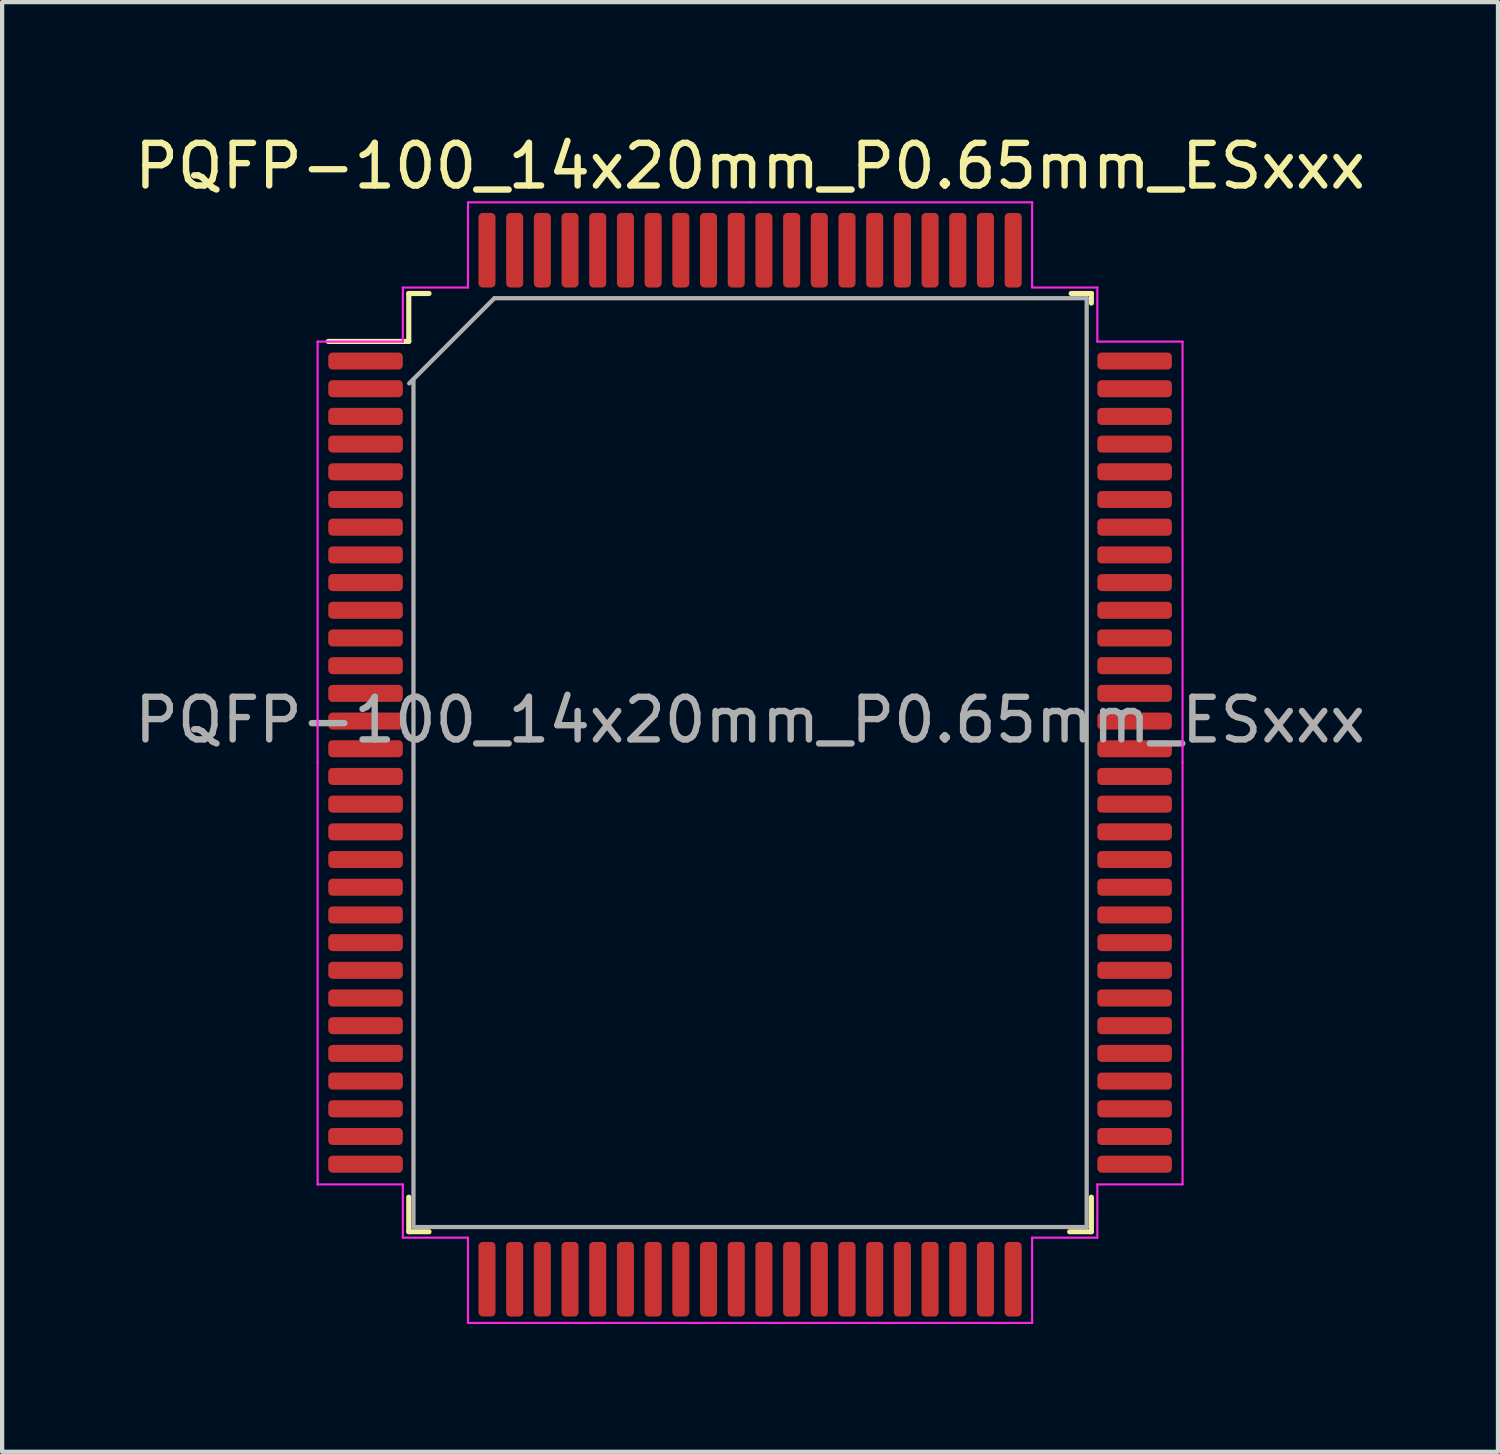
<source format=kicad_pcb>
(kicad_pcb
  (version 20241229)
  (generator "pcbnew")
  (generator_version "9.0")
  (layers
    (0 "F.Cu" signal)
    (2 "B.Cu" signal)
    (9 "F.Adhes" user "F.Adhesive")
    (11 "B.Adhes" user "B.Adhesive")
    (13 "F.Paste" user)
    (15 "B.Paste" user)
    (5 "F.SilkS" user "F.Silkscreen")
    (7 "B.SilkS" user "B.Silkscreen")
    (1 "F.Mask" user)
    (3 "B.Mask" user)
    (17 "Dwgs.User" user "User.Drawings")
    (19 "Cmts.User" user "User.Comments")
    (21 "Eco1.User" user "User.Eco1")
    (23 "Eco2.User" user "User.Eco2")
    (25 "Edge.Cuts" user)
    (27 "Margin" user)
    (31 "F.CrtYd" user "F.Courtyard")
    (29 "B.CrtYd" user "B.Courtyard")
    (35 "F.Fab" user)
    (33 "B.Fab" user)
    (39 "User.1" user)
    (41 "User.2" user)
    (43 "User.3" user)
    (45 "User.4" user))
  (footprint "PQFP-100_14x20mm_P0.65mm_ESxxx"
    (layer "F.Cu")
    (at 14.554 14.848)
    (property "Reference" "PQFP-100_14x20mm_P0.65mm_ESxxx" (at 0 -14 0) (layer "F.SilkS") (effects (font (size 1 1) (thickness 0.15))))
    (attr smd)
    (fp_line (start -8.01 -11.01) (end -8.01 -9.885) (stroke (width 0.12) (type solid)) (layer "F.SilkS"))
    (fp_line (start -8.01 -9.885) (end -9.9 -9.885) (stroke (width 0.12) (type solid)) (layer "F.SilkS"))
    (fp_line (start -8.01 11.01) (end -8.01 10.2) (stroke (width 0.12) (type solid)) (layer "F.SilkS"))
    (fp_line (start -7.535 -11.01) (end -8.01 -11.01) (stroke (width 0.12) (type solid)) (layer "F.SilkS"))
    (fp_line (start -7.535 11.01) (end -8.01 11.01) (stroke (width 0.12) (type solid)) (layer "F.SilkS"))
    (fp_line (start 7.5 11.01) (end 8.01 11.01) (stroke (width 0.12) (type solid)) (layer "F.SilkS"))
    (fp_line (start 7.535 -11.01) (end 8.01 -11.01) (stroke (width 0.12) (type solid)) (layer "F.SilkS"))
    (fp_line (start 8.01 -11.01) (end 8.01 -10.785) (stroke (width 0.12) (type solid)) (layer "F.SilkS"))
    (fp_line (start 8.01 11.01) (end 8.01 10.2) (stroke (width 0.12) (type solid)) (layer "F.SilkS"))
    (fp_line (start -10.15 -9.88) (end -10.15 0) (stroke (width 0.05) (type solid)) (layer "F.CrtYd"))
    (fp_line (start -10.15 9.9) (end -10.15 0) (stroke (width 0.05) (type solid)) (layer "F.CrtYd"))
    (fp_line (start -8.15 -11.15) (end -8.15 -9.88) (stroke (width 0.05) (type solid)) (layer "F.CrtYd"))
    (fp_line (start -8.15 -9.88) (end -10.15 -9.88) (stroke (width 0.05) (type solid)) (layer "F.CrtYd"))
    (fp_line (start -8.15 9.9) (end -10.15 9.9) (stroke (width 0.05) (type solid)) (layer "F.CrtYd"))
    (fp_line (start -8.15 11.15) (end -8.15 9.9) (stroke (width 0.05) (type solid)) (layer "F.CrtYd"))
    (fp_line (start -6.62 -13.15) (end -6.62 -11.15) (stroke (width 0.05) (type solid)) (layer "F.CrtYd"))
    (fp_line (start -6.62 -11.15) (end -8.15 -11.15) (stroke (width 0.05) (type solid)) (layer "F.CrtYd"))
    (fp_line (start -6.62 11.15) (end -8.15 11.15) (stroke (width 0.05) (type solid)) (layer "F.CrtYd"))
    (fp_line (start -6.62 13.15) (end -6.62 11.15) (stroke (width 0.05) (type solid)) (layer "F.CrtYd"))
    (fp_line (start -6.62 13.15) (end 6.62 13.15) (stroke (width 0.05) (type solid)) (layer "F.CrtYd"))
    (fp_line (start 0 -13.15) (end -6.62 -13.15) (stroke (width 0.05) (type solid)) (layer "F.CrtYd"))
    (fp_line (start 0 -13.15) (end 6.62 -13.15) (stroke (width 0.05) (type solid)) (layer "F.CrtYd"))
    (fp_line (start 6.62 -13.15) (end 6.62 -11.15) (stroke (width 0.05) (type solid)) (layer "F.CrtYd"))
    (fp_line (start 6.62 -11.15) (end 8.15 -11.15) (stroke (width 0.05) (type solid)) (layer "F.CrtYd"))
    (fp_line (start 6.62 11.15) (end 8.15 11.15) (stroke (width 0.05) (type solid)) (layer "F.CrtYd"))
    (fp_line (start 6.62 13.15) (end 6.62 11.15) (stroke (width 0.05) (type solid)) (layer "F.CrtYd"))
    (fp_line (start 8.15 -11.15) (end 8.15 -9.88) (stroke (width 0.05) (type solid)) (layer "F.CrtYd"))
    (fp_line (start 8.15 -9.88) (end 10.15 -9.88) (stroke (width 0.05) (type solid)) (layer "F.CrtYd"))
    (fp_line (start 8.15 9.9) (end 10.15 9.9) (stroke (width 0.05) (type solid)) (layer "F.CrtYd"))
    (fp_line (start 8.15 11.15) (end 8.15 9.9) (stroke (width 0.05) (type solid)) (layer "F.CrtYd"))
    (fp_line (start 10.15 -9.88) (end 10.15 0) (stroke (width 0.05) (type solid)) (layer "F.CrtYd"))
    (fp_line (start 10.15 9.9) (end 10.15 0) (stroke (width 0.05) (type solid)) (layer "F.CrtYd"))
    (fp_line (start -8 -8.9) (end -6 -10.9) (stroke (width 0.1) (type solid)) (layer "F.Fab"))
    (fp_line (start -7.9 10.9) (end -7.9 -9) (stroke (width 0.1) (type solid)) (layer "F.Fab"))
    (fp_line (start -6 -10.9) (end 7.9 -10.9) (stroke (width 0.1) (type solid)) (layer "F.Fab"))
    (fp_line (start 7.9 -10.9) (end 7.9 10.9) (stroke (width 0.1) (type solid)) (layer "F.Fab"))
    (fp_line (start 7.9 10.9) (end -7.9 10.9) (stroke (width 0.1) (type solid)) (layer "F.Fab"))
    (fp_text user "${REFERENCE}" (at 0 -1 0) (layer "F.Fab") (effects (font (size 1 1) (thickness 0.15))))
    (pad "1" smd roundrect (at -9.025 -9.425) (size 1.75 0.4) (layers "F.Cu" "F.Mask" "F.Paste") (roundrect_rratio 0.25))
    (pad "2" smd roundrect (at -9.025 -8.775) (size 1.75 0.4) (layers "F.Cu" "F.Mask" "F.Paste") (roundrect_rratio 0.25))
    (pad "3" smd roundrect (at -9.025 -8.125) (size 1.75 0.4) (layers "F.Cu" "F.Mask" "F.Paste") (roundrect_rratio 0.25))
    (pad "4" smd roundrect (at -9.025 -7.475) (size 1.75 0.4) (layers "F.Cu" "F.Mask" "F.Paste") (roundrect_rratio 0.25))
    (pad "5" smd roundrect (at -9.025 -6.825) (size 1.75 0.4) (layers "F.Cu" "F.Mask" "F.Paste") (roundrect_rratio 0.25))
    (pad "6" smd roundrect (at -9.025 -6.175) (size 1.75 0.4) (layers "F.Cu" "F.Mask" "F.Paste") (roundrect_rratio 0.25))
    (pad "7" smd roundrect (at -9.025 -5.525) (size 1.75 0.4) (layers "F.Cu" "F.Mask" "F.Paste") (roundrect_rratio 0.25))
    (pad "8" smd roundrect (at -9.025 -4.875) (size 1.75 0.4) (layers "F.Cu" "F.Mask" "F.Paste") (roundrect_rratio 0.25))
    (pad "9" smd roundrect (at -9.025 -4.225) (size 1.75 0.4) (layers "F.Cu" "F.Mask" "F.Paste") (roundrect_rratio 0.25))
    (pad "10" smd roundrect (at -9.025 -3.575) (size 1.75 0.4) (layers "F.Cu" "F.Mask" "F.Paste") (roundrect_rratio 0.25))
    (pad "11" smd roundrect (at -9.025 -2.925) (size 1.75 0.4) (layers "F.Cu" "F.Mask" "F.Paste") (roundrect_rratio 0.25))
    (pad "12" smd roundrect (at -9.025 -2.275) (size 1.75 0.4) (layers "F.Cu" "F.Mask" "F.Paste") (roundrect_rratio 0.25))
    (pad "13" smd roundrect (at -9.025 -1.625) (size 1.75 0.4) (layers "F.Cu" "F.Mask" "F.Paste") (roundrect_rratio 0.25))
    (pad "14" smd roundrect (at -9.025 -0.975) (size 1.75 0.4) (layers "F.Cu" "F.Mask" "F.Paste") (roundrect_rratio 0.25))
    (pad "15" smd roundrect (at -9.025 -0.325) (size 1.75 0.4) (layers "F.Cu" "F.Mask" "F.Paste") (roundrect_rratio 0.25))
    (pad "16" smd roundrect (at -9.025 0.325) (size 1.75 0.4) (layers "F.Cu" "F.Mask" "F.Paste") (roundrect_rratio 0.25))
    (pad "17" smd roundrect (at -9.025 0.975) (size 1.75 0.4) (layers "F.Cu" "F.Mask" "F.Paste") (roundrect_rratio 0.25))
    (pad "18" smd roundrect (at -9.025 1.625) (size 1.75 0.4) (layers "F.Cu" "F.Mask" "F.Paste") (roundrect_rratio 0.25))
    (pad "19" smd roundrect (at -9.025 2.275) (size 1.75 0.4) (layers "F.Cu" "F.Mask" "F.Paste") (roundrect_rratio 0.25))
    (pad "20" smd roundrect (at -9.025 2.925) (size 1.75 0.4) (layers "F.Cu" "F.Mask" "F.Paste") (roundrect_rratio 0.25))
    (pad "21" smd roundrect (at -9.025 3.575) (size 1.75 0.4) (layers "F.Cu" "F.Mask" "F.Paste") (roundrect_rratio 0.25))
    (pad "22" smd roundrect (at -9.025 4.225) (size 1.75 0.4) (layers "F.Cu" "F.Mask" "F.Paste") (roundrect_rratio 0.25))
    (pad "23" smd roundrect (at -9.025 4.875) (size 1.75 0.4) (layers "F.Cu" "F.Mask" "F.Paste") (roundrect_rratio 0.25))
    (pad "24" smd roundrect (at -9.025 5.525) (size 1.75 0.4) (layers "F.Cu" "F.Mask" "F.Paste") (roundrect_rratio 0.25))
    (pad "25" smd roundrect (at -9.025 6.175) (size 1.75 0.4) (layers "F.Cu" "F.Mask" "F.Paste") (roundrect_rratio 0.25))
    (pad "26" smd roundrect (at -9.025 6.825) (size 1.75 0.4) (layers "F.Cu" "F.Mask" "F.Paste") (roundrect_rratio 0.25))
    (pad "27" smd roundrect (at -9.025 7.475) (size 1.75 0.4) (layers "F.Cu" "F.Mask" "F.Paste") (roundrect_rratio 0.25))
    (pad "28" smd roundrect (at -9.025 8.125) (size 1.75 0.4) (layers "F.Cu" "F.Mask" "F.Paste") (roundrect_rratio 0.25))
    (pad "29" smd roundrect (at -9.025 8.775) (size 1.75 0.4) (layers "F.Cu" "F.Mask" "F.Paste") (roundrect_rratio 0.25))
    (pad "30" smd roundrect (at -9.025 9.425) (size 1.75 0.4) (layers "F.Cu" "F.Mask" "F.Paste") (roundrect_rratio 0.25))
    (pad "31" smd roundrect (at -6.175 12.125) (size 0.4 1.75) (layers "F.Cu" "F.Mask" "F.Paste") (roundrect_rratio 0.25))
    (pad "32" smd roundrect (at -5.525 12.125) (size 0.4 1.75) (layers "F.Cu" "F.Mask" "F.Paste") (roundrect_rratio 0.25))
    (pad "33" smd roundrect (at -4.875 12.125) (size 0.4 1.75) (layers "F.Cu" "F.Mask" "F.Paste") (roundrect_rratio 0.25))
    (pad "34" smd roundrect (at -4.225 12.125) (size 0.4 1.75) (layers "F.Cu" "F.Mask" "F.Paste") (roundrect_rratio 0.25))
    (pad "35" smd roundrect (at -3.575 12.125) (size 0.4 1.75) (layers "F.Cu" "F.Mask" "F.Paste") (roundrect_rratio 0.25))
    (pad "36" smd roundrect (at -2.925 12.125) (size 0.4 1.75) (layers "F.Cu" "F.Mask" "F.Paste") (roundrect_rratio 0.25))
    (pad "37" smd roundrect (at -2.275 12.125) (size 0.4 1.75) (layers "F.Cu" "F.Mask" "F.Paste") (roundrect_rratio 0.25))
    (pad "38" smd roundrect (at -1.625 12.125) (size 0.4 1.75) (layers "F.Cu" "F.Mask" "F.Paste") (roundrect_rratio 0.25))
    (pad "39" smd roundrect (at -0.975 12.125) (size 0.4 1.75) (layers "F.Cu" "F.Mask" "F.Paste") (roundrect_rratio 0.25))
    (pad "40" smd roundrect (at -0.325 12.125) (size 0.4 1.75) (layers "F.Cu" "F.Mask" "F.Paste") (roundrect_rratio 0.25))
    (pad "41" smd roundrect (at 0.325 12.125) (size 0.4 1.75) (layers "F.Cu" "F.Mask" "F.Paste") (roundrect_rratio 0.25))
    (pad "42" smd roundrect (at 0.975 12.125) (size 0.4 1.75) (layers "F.Cu" "F.Mask" "F.Paste") (roundrect_rratio 0.25))
    (pad "43" smd roundrect (at 1.625 12.125) (size 0.4 1.75) (layers "F.Cu" "F.Mask" "F.Paste") (roundrect_rratio 0.25))
    (pad "44" smd roundrect (at 2.275 12.125) (size 0.4 1.75) (layers "F.Cu" "F.Mask" "F.Paste") (roundrect_rratio 0.25))
    (pad "45" smd roundrect (at 2.925 12.125) (size 0.4 1.75) (layers "F.Cu" "F.Mask" "F.Paste") (roundrect_rratio 0.25))
    (pad "46" smd roundrect (at 3.575 12.125) (size 0.4 1.75) (layers "F.Cu" "F.Mask" "F.Paste") (roundrect_rratio 0.25))
    (pad "47" smd roundrect (at 4.225 12.125) (size 0.4 1.75) (layers "F.Cu" "F.Mask" "F.Paste") (roundrect_rratio 0.25))
    (pad "48" smd roundrect (at 4.875 12.125) (size 0.4 1.75) (layers "F.Cu" "F.Mask" "F.Paste") (roundrect_rratio 0.25))
    (pad "49" smd roundrect (at 5.525 12.125) (size 0.4 1.75) (layers "F.Cu" "F.Mask" "F.Paste") (roundrect_rratio 0.25))
    (pad "50" smd roundrect (at 6.175 12.125) (size 0.4 1.75) (layers "F.Cu" "F.Mask" "F.Paste") (roundrect_rratio 0.25))
    (pad "51" smd roundrect (at 9.025 9.425) (size 1.75 0.4) (layers "F.Cu" "F.Mask" "F.Paste") (roundrect_rratio 0.25))
    (pad "52" smd roundrect (at 9.025 8.775) (size 1.75 0.4) (layers "F.Cu" "F.Mask" "F.Paste") (roundrect_rratio 0.25))
    (pad "53" smd roundrect (at 9.025 8.125) (size 1.75 0.4) (layers "F.Cu" "F.Mask" "F.Paste") (roundrect_rratio 0.25))
    (pad "54" smd roundrect (at 9.025 7.475) (size 1.75 0.4) (layers "F.Cu" "F.Mask" "F.Paste") (roundrect_rratio 0.25))
    (pad "55" smd roundrect (at 9.025 6.825) (size 1.75 0.4) (layers "F.Cu" "F.Mask" "F.Paste") (roundrect_rratio 0.25))
    (pad "56" smd roundrect (at 9.025 6.175) (size 1.75 0.4) (layers "F.Cu" "F.Mask" "F.Paste") (roundrect_rratio 0.25))
    (pad "57" smd roundrect (at 9.025 5.525) (size 1.75 0.4) (layers "F.Cu" "F.Mask" "F.Paste") (roundrect_rratio 0.25))
    (pad "58" smd roundrect (at 9.025 4.875) (size 1.75 0.4) (layers "F.Cu" "F.Mask" "F.Paste") (roundrect_rratio 0.25))
    (pad "59" smd roundrect (at 9.025 4.225) (size 1.75 0.4) (layers "F.Cu" "F.Mask" "F.Paste") (roundrect_rratio 0.25))
    (pad "60" smd roundrect (at 9.025 3.575) (size 1.75 0.4) (layers "F.Cu" "F.Mask" "F.Paste") (roundrect_rratio 0.25))
    (pad "61" smd roundrect (at 9.025 2.925) (size 1.75 0.4) (layers "F.Cu" "F.Mask" "F.Paste") (roundrect_rratio 0.25))
    (pad "62" smd roundrect (at 9.025 2.275) (size 1.75 0.4) (layers "F.Cu" "F.Mask" "F.Paste") (roundrect_rratio 0.25))
    (pad "63" smd roundrect (at 9.025 1.625) (size 1.75 0.4) (layers "F.Cu" "F.Mask" "F.Paste") (roundrect_rratio 0.25))
    (pad "64" smd roundrect (at 9.025 0.975) (size 1.75 0.4) (layers "F.Cu" "F.Mask" "F.Paste") (roundrect_rratio 0.25))
    (pad "65" smd roundrect (at 9.025 0.325) (size 1.75 0.4) (layers "F.Cu" "F.Mask" "F.Paste") (roundrect_rratio 0.25))
    (pad "66" smd roundrect (at 9.025 -0.325) (size 1.75 0.4) (layers "F.Cu" "F.Mask" "F.Paste") (roundrect_rratio 0.25))
    (pad "67" smd roundrect (at 9.025 -0.975) (size 1.75 0.4) (layers "F.Cu" "F.Mask" "F.Paste") (roundrect_rratio 0.25))
    (pad "68" smd roundrect (at 9.025 -1.625) (size 1.75 0.4) (layers "F.Cu" "F.Mask" "F.Paste") (roundrect_rratio 0.25))
    (pad "69" smd roundrect (at 9.025 -2.275) (size 1.75 0.4) (layers "F.Cu" "F.Mask" "F.Paste") (roundrect_rratio 0.25))
    (pad "70" smd roundrect (at 9.025 -2.925) (size 1.75 0.4) (layers "F.Cu" "F.Mask" "F.Paste") (roundrect_rratio 0.25))
    (pad "71" smd roundrect (at 9.025 -3.575) (size 1.75 0.4) (layers "F.Cu" "F.Mask" "F.Paste") (roundrect_rratio 0.25))
    (pad "72" smd roundrect (at 9.025 -4.225) (size 1.75 0.4) (layers "F.Cu" "F.Mask" "F.Paste") (roundrect_rratio 0.25))
    (pad "73" smd roundrect (at 9.025 -4.875) (size 1.75 0.4) (layers "F.Cu" "F.Mask" "F.Paste") (roundrect_rratio 0.25))
    (pad "74" smd roundrect (at 9.025 -5.525) (size 1.75 0.4) (layers "F.Cu" "F.Mask" "F.Paste") (roundrect_rratio 0.25))
    (pad "75" smd roundrect (at 9.025 -6.175) (size 1.75 0.4) (layers "F.Cu" "F.Mask" "F.Paste") (roundrect_rratio 0.25))
    (pad "76" smd roundrect (at 9.025 -6.825) (size 1.75 0.4) (layers "F.Cu" "F.Mask" "F.Paste") (roundrect_rratio 0.25))
    (pad "77" smd roundrect (at 9.025 -7.475) (size 1.75 0.4) (layers "F.Cu" "F.Mask" "F.Paste") (roundrect_rratio 0.25))
    (pad "78" smd roundrect (at 9.025 -8.125) (size 1.75 0.4) (layers "F.Cu" "F.Mask" "F.Paste") (roundrect_rratio 0.25))
    (pad "79" smd roundrect (at 9.025 -8.775) (size 1.75 0.4) (layers "F.Cu" "F.Mask" "F.Paste") (roundrect_rratio 0.25))
    (pad "80" smd roundrect (at 9.025 -9.425) (size 1.75 0.4) (layers "F.Cu" "F.Mask" "F.Paste") (roundrect_rratio 0.25))
    (pad "81" smd roundrect (at 6.175 -12.025) (size 0.4 1.75) (layers "F.Cu" "F.Mask" "F.Paste") (roundrect_rratio 0.25))
    (pad "82" smd roundrect (at 5.525 -12.025) (size 0.4 1.75) (layers "F.Cu" "F.Mask" "F.Paste") (roundrect_rratio 0.25))
    (pad "83" smd roundrect (at 4.875 -12.025) (size 0.4 1.75) (layers "F.Cu" "F.Mask" "F.Paste") (roundrect_rratio 0.25))
    (pad "84" smd roundrect (at 4.225 -12.025) (size 0.4 1.75) (layers "F.Cu" "F.Mask" "F.Paste") (roundrect_rratio 0.25))
    (pad "85" smd roundrect (at 3.575 -12.025) (size 0.4 1.75) (layers "F.Cu" "F.Mask" "F.Paste") (roundrect_rratio 0.25))
    (pad "86" smd roundrect (at 2.925 -12.025) (size 0.4 1.75) (layers "F.Cu" "F.Mask" "F.Paste") (roundrect_rratio 0.25))
    (pad "87" smd roundrect (at 2.275 -12.025) (size 0.4 1.75) (layers "F.Cu" "F.Mask" "F.Paste") (roundrect_rratio 0.25))
    (pad "88" smd roundrect (at 1.625 -12.025) (size 0.4 1.75) (layers "F.Cu" "F.Mask" "F.Paste") (roundrect_rratio 0.25))
    (pad "89" smd roundrect (at 0.975 -12.025) (size 0.4 1.75) (layers "F.Cu" "F.Mask" "F.Paste") (roundrect_rratio 0.25))
    (pad "90" smd roundrect (at 0.325 -12.025) (size 0.4 1.75) (layers "F.Cu" "F.Mask" "F.Paste") (roundrect_rratio 0.25))
    (pad "91" smd roundrect (at -0.325 -12.025) (size 0.4 1.75) (layers "F.Cu" "F.Mask" "F.Paste") (roundrect_rratio 0.25))
    (pad "92" smd roundrect (at -0.975 -12.025) (size 0.4 1.75) (layers "F.Cu" "F.Mask" "F.Paste") (roundrect_rratio 0.25))
    (pad "93" smd roundrect (at -1.625 -12.025) (size 0.4 1.75) (layers "F.Cu" "F.Mask" "F.Paste") (roundrect_rratio 0.25))
    (pad "94" smd roundrect (at -2.275 -12.025) (size 0.4 1.75) (layers "F.Cu" "F.Mask" "F.Paste") (roundrect_rratio 0.25))
    (pad "95" smd roundrect (at -2.925 -12.025) (size 0.4 1.75) (layers "F.Cu" "F.Mask" "F.Paste") (roundrect_rratio 0.25))
    (pad "96" smd roundrect (at -3.575 -12.025) (size 0.4 1.75) (layers "F.Cu" "F.Mask" "F.Paste") (roundrect_rratio 0.25))
    (pad "97" smd roundrect (at -4.225 -12.025) (size 0.4 1.75) (layers "F.Cu" "F.Mask" "F.Paste") (roundrect_rratio 0.25))
    (pad "98" smd roundrect (at -4.875 -12.025) (size 0.4 1.75) (layers "F.Cu" "F.Mask" "F.Paste") (roundrect_rratio 0.25))
    (pad "99" smd roundrect (at -5.525 -12.025) (size 0.4 1.75) (layers "F.Cu" "F.Mask" "F.Paste") (roundrect_rratio 0.25))
    (pad "100" smd roundrect (at -6.175 -12.025) (size 0.4 1.75) (layers "F.Cu" "F.Mask" "F.Paste") (roundrect_rratio 0.25)))
  (gr_rect
    (start -3 -3)
    (end 32.107 31.023)
    (stroke (width 0.1) (type default))
    (fill no)
    (layer "Edge.Cuts")))
</source>
